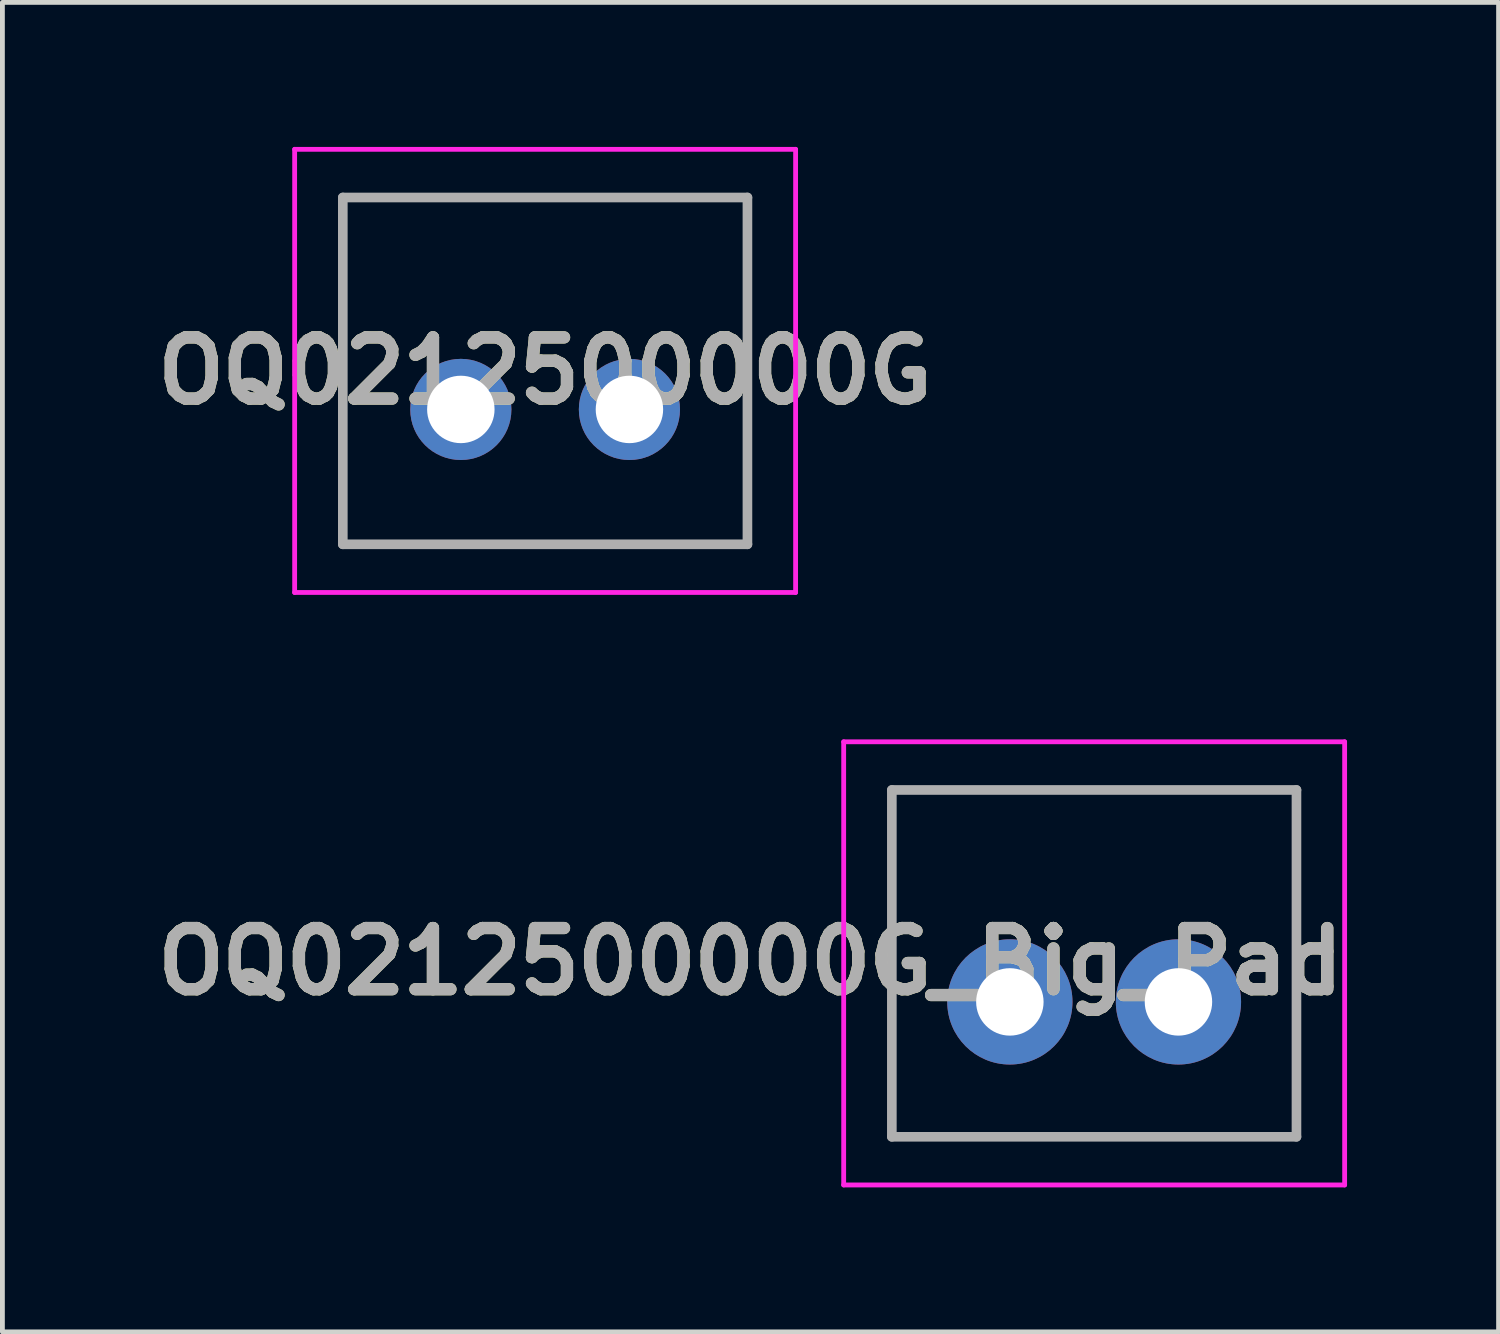
<source format=kicad_pcb>
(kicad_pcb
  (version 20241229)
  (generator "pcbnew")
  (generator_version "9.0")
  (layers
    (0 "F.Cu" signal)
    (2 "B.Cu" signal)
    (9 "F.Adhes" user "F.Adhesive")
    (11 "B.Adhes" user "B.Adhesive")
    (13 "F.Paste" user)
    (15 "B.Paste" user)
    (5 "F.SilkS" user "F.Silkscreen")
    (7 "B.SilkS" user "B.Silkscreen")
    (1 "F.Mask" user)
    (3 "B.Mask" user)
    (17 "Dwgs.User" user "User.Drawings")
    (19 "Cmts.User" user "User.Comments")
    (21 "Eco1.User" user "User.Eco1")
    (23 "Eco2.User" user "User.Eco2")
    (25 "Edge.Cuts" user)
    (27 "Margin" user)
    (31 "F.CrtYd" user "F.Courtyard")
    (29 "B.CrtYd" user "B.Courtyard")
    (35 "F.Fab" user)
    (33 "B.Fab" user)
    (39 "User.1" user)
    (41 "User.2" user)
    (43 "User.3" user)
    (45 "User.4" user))
  (footprint "OQ0212500000G"
    (layer "F.Cu")
    (at 6.517 5.45)
    (property "Reference" "OQ0212500000G" (at 1.75 -0.8 0) (layer "F.SilkS") (effects (font (size 1.27 1.27) (thickness 0.254))))
    (attr through_hole)
    (fp_line (start -2.45 -4.4) (end 5.95 -4.4) (stroke (width 0.1) (type solid)) (layer "F.SilkS"))
    (fp_line (start -2.45 2.8) (end -2.45 -4.4) (stroke (width 0.1) (type solid)) (layer "F.SilkS"))
    (fp_line (start 5.95 -4.4) (end 5.95 2.8) (stroke (width 0.1) (type solid)) (layer "F.SilkS"))
    (fp_line (start 5.95 2.8) (end -2.45 2.8) (stroke (width 0.1) (type solid)) (layer "F.SilkS"))
    (fp_line (start -3.45 -5.4) (end 6.95 -5.4) (stroke (width 0.1) (type solid)) (layer "F.CrtYd"))
    (fp_line (start -3.45 3.8) (end -3.45 -5.4) (stroke (width 0.1) (type solid)) (layer "F.CrtYd"))
    (fp_line (start 6.95 -5.4) (end 6.95 3.8) (stroke (width 0.1) (type solid)) (layer "F.CrtYd"))
    (fp_line (start 6.95 3.8) (end -3.45 3.8) (stroke (width 0.1) (type solid)) (layer "F.CrtYd"))
    (fp_line (start -2.45 -4.4) (end 5.95 -4.4) (stroke (width 0.2) (type solid)) (layer "F.Fab"))
    (fp_line (start -2.45 2.8) (end -2.45 -4.4) (stroke (width 0.2) (type solid)) (layer "F.Fab"))
    (fp_line (start 5.95 -4.4) (end 5.95 2.8) (stroke (width 0.2) (type solid)) (layer "F.Fab"))
    (fp_line (start 5.95 2.8) (end -2.45 2.8) (stroke (width 0.2) (type solid)) (layer "F.Fab"))
    (fp_text user "${REFERENCE}" (at 1.75 -0.8 0) (layer "F.Fab") (effects (font (size 1.27 1.27) (thickness 0.254))))
    (pad "1" thru_hole circle (at 0 0) (size 2.1 2.1) (drill 1.4) (layers "*.Cu" "*.Mask"))
    (pad "2" thru_hole circle (at 3.5 0) (size 2.1 2.1) (drill 1.4) (layers "*.Cu" "*.Mask")))
  (footprint "OQ0212500000G_Big_Pad"
    (layer "F.Cu")
    (at 17.915 17.75)
    (property "Reference" "OQ0212500000G_Big_Pad" (at -5.385 -0.838 180) (layer "F.SilkS") (effects (font (size 1.27 1.27) (thickness 0.254))))
    (attr through_hole)
    (fp_line (start -2.45 -4.4) (end 5.95 -4.4) (stroke (width 0.1) (type solid)) (layer "F.SilkS"))
    (fp_line (start -2.45 2.8) (end -2.45 -4.4) (stroke (width 0.1) (type solid)) (layer "F.SilkS"))
    (fp_line (start 5.95 -4.4) (end 5.95 2.8) (stroke (width 0.1) (type solid)) (layer "F.SilkS"))
    (fp_line (start 5.95 2.8) (end -2.45 2.8) (stroke (width 0.1) (type solid)) (layer "F.SilkS"))
    (fp_line (start -3.45 -5.4) (end 6.95 -5.4) (stroke (width 0.1) (type solid)) (layer "F.CrtYd"))
    (fp_line (start -3.45 3.8) (end -3.45 -5.4) (stroke (width 0.1) (type solid)) (layer "F.CrtYd"))
    (fp_line (start 6.95 -5.4) (end 6.95 3.8) (stroke (width 0.1) (type solid)) (layer "F.CrtYd"))
    (fp_line (start 6.95 3.8) (end -3.45 3.8) (stroke (width 0.1) (type solid)) (layer "F.CrtYd"))
    (fp_line (start -2.45 -4.4) (end 5.95 -4.4) (stroke (width 0.2) (type solid)) (layer "F.Fab"))
    (fp_line (start -2.45 2.8) (end -2.45 -4.4) (stroke (width 0.2) (type solid)) (layer "F.Fab"))
    (fp_line (start 5.95 -4.4) (end 5.95 2.8) (stroke (width 0.2) (type solid)) (layer "F.Fab"))
    (fp_line (start 5.95 2.8) (end -2.45 2.8) (stroke (width 0.2) (type solid)) (layer "F.Fab"))
    (fp_text user "${REFERENCE}" (at -5.385 -0.838 180) (layer "F.Fab") (effects (font (size 1.27 1.27) (thickness 0.254))))
    (pad "1" thru_hole circle (at 0 0) (size 2.6 2.6) (drill 1.4) (layers "*.Cu" "*.Mask"))
    (pad "2" thru_hole circle (at 3.5 0) (size 2.6 2.6) (drill 1.4) (layers "*.Cu" "*.Mask")))
  (gr_rect
    (start -3 -3)
    (end 28.061 24.6)
    (stroke (width 0.1) (type default))
    (fill no)
    (layer "Edge.Cuts")))
</source>
